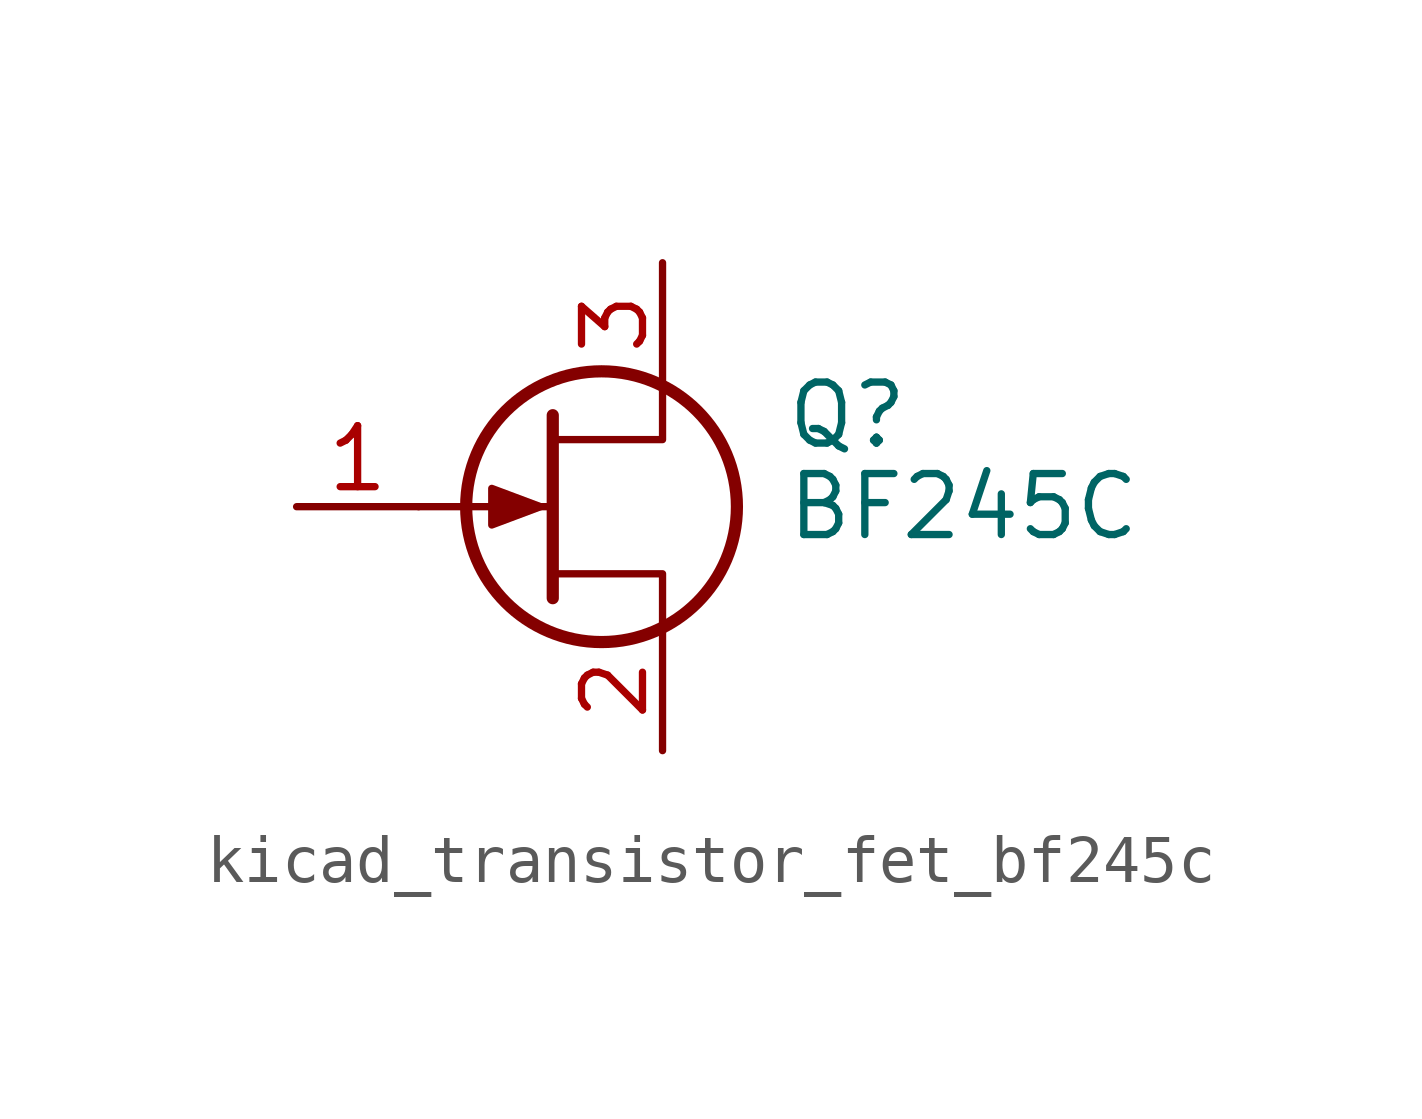
<source format=kicad_sym>
(kicad_symbol_lib
  (version 20220914)
  (generator kicad_symbol_editor)
  (symbol "kicad_transistor_fet_bf245c"
    (pin_names hide)
    (property "Reference" "Q"
      (at 5.08 1.905 0)
      (effects (font (size 1.27 1.27)) (justify left)))
    (property "Value" "BF245C"
      (at 5.08 0 0)
      (effects (font (size 1.27 1.27)) (justify left)))
    (symbol "kicad_transistor_fet_bf245c_0_1"
      (polyline (pts (xy 0.254 0) (xy -2.54 0)) (stroke (width 0) (type default)) (fill (type none)))
      (polyline (pts (xy 0.254 1.905) (xy 0.254 -1.905)) (stroke (width 0.254) (type default)) (fill (type none)))
      (polyline (pts (xy 2.54 -2.54) (xy 2.54 -1.397) (xy 0.254 -1.397)) (stroke (width 0) (type default)) (fill (type none)))
      (polyline (pts (xy 2.54 2.54) (xy 2.54 1.397) (xy 0.254 1.397)) (stroke (width 0) (type default)) (fill (type none)))
      (polyline (pts (xy 0 0) (xy -1.016 0.381) (xy -1.016 -0.381) (xy 0 0)) (stroke (width 0) (type default)) (fill (type outline)))
      (circle (center 1.27 0) (radius 2.819) (stroke (width 0.254) (type default)) (fill (type none))))
    (symbol "kicad_transistor_fet_bf245c_1_1"
      (pin input line (at -5.08 0 0) (length 2.54) (name "G" (effects (font (size 1.27 1.27)))) (number "1" (effects (font (size 1.27 1.27)))))
      (pin passive line (at 2.54 -5.08 90) (length 2.54) (name "S" (effects (font (size 1.27 1.27)))) (number "2" (effects (font (size 1.27 1.27)))))
      (pin passive line (at 2.54 5.08 270) (length 2.54) (name "D" (effects (font (size 1.27 1.27)))) (number "3" (effects (font (size 1.27 1.27))))))))
</source>
